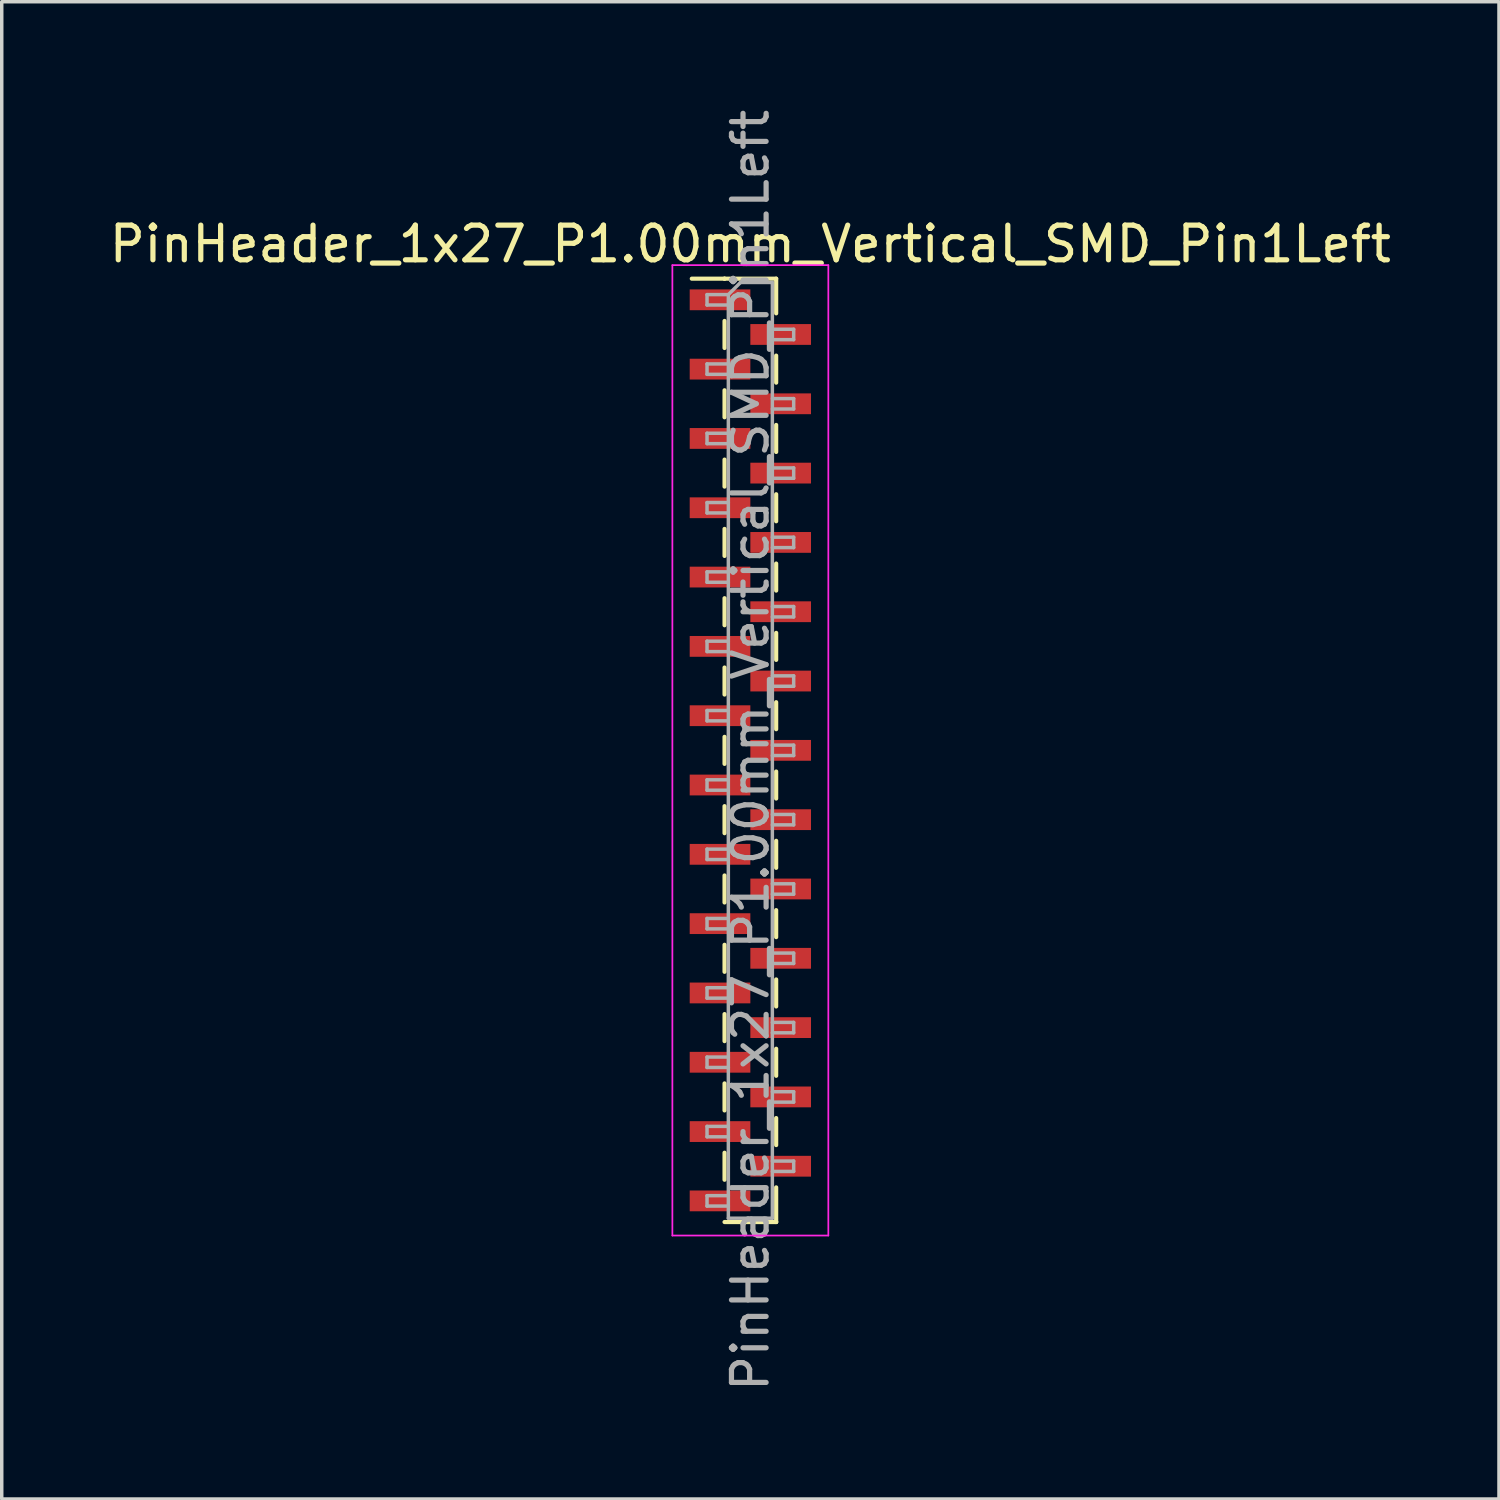
<source format=kicad_pcb>
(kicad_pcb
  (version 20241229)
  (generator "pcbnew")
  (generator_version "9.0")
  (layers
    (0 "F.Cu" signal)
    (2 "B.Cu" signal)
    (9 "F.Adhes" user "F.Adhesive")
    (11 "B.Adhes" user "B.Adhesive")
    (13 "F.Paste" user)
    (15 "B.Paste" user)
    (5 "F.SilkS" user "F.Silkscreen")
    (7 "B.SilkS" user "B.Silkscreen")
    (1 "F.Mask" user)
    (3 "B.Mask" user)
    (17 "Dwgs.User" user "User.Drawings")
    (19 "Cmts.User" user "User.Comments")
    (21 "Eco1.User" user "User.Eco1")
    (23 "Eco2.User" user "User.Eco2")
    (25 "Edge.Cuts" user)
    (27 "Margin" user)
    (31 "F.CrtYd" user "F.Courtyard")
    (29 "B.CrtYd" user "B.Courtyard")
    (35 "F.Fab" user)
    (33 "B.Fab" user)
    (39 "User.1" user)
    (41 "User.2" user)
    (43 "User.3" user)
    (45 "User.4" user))
  (footprint "PinHeader_1x27_P1.00mm_Vertical_SMD_Pin1Left"
    (layer "F.Cu")
    (at 18.601 18.601)
    (property "Reference" "PinHeader_1x27_P1.00mm_Vertical_SMD_Pin1Left" (at 0 -14.61 0) (layer "F.SilkS") (effects (font (size 1 1) (thickness 0.15))))
    (attr smd)
    (fp_line (start -0.745 -13.61) (end -1.69 -13.61) (stroke (width 0.12) (type solid)) (layer "F.SilkS"))
    (fp_line (start -0.745 -13.61) (end -0.745 -13.61) (stroke (width 0.12) (type solid)) (layer "F.SilkS"))
    (fp_line (start -0.745 -13.61) (end 0.745 -13.61) (stroke (width 0.12) (type solid)) (layer "F.SilkS"))
    (fp_line (start -0.745 -12.39) (end -0.745 -11.61) (stroke (width 0.12) (type solid)) (layer "F.SilkS"))
    (fp_line (start -0.745 -10.39) (end -0.745 -9.61) (stroke (width 0.12) (type solid)) (layer "F.SilkS"))
    (fp_line (start -0.745 -8.39) (end -0.745 -7.61) (stroke (width 0.12) (type solid)) (layer "F.SilkS"))
    (fp_line (start -0.745 -6.39) (end -0.745 -5.61) (stroke (width 0.12) (type solid)) (layer "F.SilkS"))
    (fp_line (start -0.745 -4.39) (end -0.745 -3.61) (stroke (width 0.12) (type solid)) (layer "F.SilkS"))
    (fp_line (start -0.745 -2.39) (end -0.745 -1.61) (stroke (width 0.12) (type solid)) (layer "F.SilkS"))
    (fp_line (start -0.745 -0.39) (end -0.745 0.39) (stroke (width 0.12) (type solid)) (layer "F.SilkS"))
    (fp_line (start -0.745 1.61) (end -0.745 2.39) (stroke (width 0.12) (type solid)) (layer "F.SilkS"))
    (fp_line (start -0.745 3.61) (end -0.745 4.39) (stroke (width 0.12) (type solid)) (layer "F.SilkS"))
    (fp_line (start -0.745 5.61) (end -0.745 6.39) (stroke (width 0.12) (type solid)) (layer "F.SilkS"))
    (fp_line (start -0.745 7.61) (end -0.745 8.39) (stroke (width 0.12) (type solid)) (layer "F.SilkS"))
    (fp_line (start -0.745 9.61) (end -0.745 10.39) (stroke (width 0.12) (type solid)) (layer "F.SilkS"))
    (fp_line (start -0.745 11.61) (end -0.745 12.39) (stroke (width 0.12) (type solid)) (layer "F.SilkS"))
    (fp_line (start -0.745 13.61) (end 0.745 13.61) (stroke (width 0.12) (type solid)) (layer "F.SilkS"))
    (fp_line (start 0.745 -13.61) (end 0.745 -12.61) (stroke (width 0.12) (type solid)) (layer "F.SilkS"))
    (fp_line (start 0.745 -11.39) (end 0.745 -10.61) (stroke (width 0.12) (type solid)) (layer "F.SilkS"))
    (fp_line (start 0.745 -9.39) (end 0.745 -8.61) (stroke (width 0.12) (type solid)) (layer "F.SilkS"))
    (fp_line (start 0.745 -7.39) (end 0.745 -6.61) (stroke (width 0.12) (type solid)) (layer "F.SilkS"))
    (fp_line (start 0.745 -5.39) (end 0.745 -4.61) (stroke (width 0.12) (type solid)) (layer "F.SilkS"))
    (fp_line (start 0.745 -3.39) (end 0.745 -2.61) (stroke (width 0.12) (type solid)) (layer "F.SilkS"))
    (fp_line (start 0.745 -1.39) (end 0.745 -0.61) (stroke (width 0.12) (type solid)) (layer "F.SilkS"))
    (fp_line (start 0.745 0.61) (end 0.745 1.39) (stroke (width 0.12) (type solid)) (layer "F.SilkS"))
    (fp_line (start 0.745 2.61) (end 0.745 3.39) (stroke (width 0.12) (type solid)) (layer "F.SilkS"))
    (fp_line (start 0.745 4.61) (end 0.745 5.39) (stroke (width 0.12) (type solid)) (layer "F.SilkS"))
    (fp_line (start 0.745 6.61) (end 0.745 7.39) (stroke (width 0.12) (type solid)) (layer "F.SilkS"))
    (fp_line (start 0.745 8.61) (end 0.745 9.39) (stroke (width 0.12) (type solid)) (layer "F.SilkS"))
    (fp_line (start 0.745 10.61) (end 0.745 11.39) (stroke (width 0.12) (type solid)) (layer "F.SilkS"))
    (fp_line (start 0.745 12.61) (end 0.745 13.61) (stroke (width 0.12) (type solid)) (layer "F.SilkS"))
    (fp_line (start 0.745 13.61) (end 0.745 13.61) (stroke (width 0.12) (type solid)) (layer "F.SilkS"))
    (fp_line (start -2.25 -14) (end -2.25 14) (stroke (width 0.05) (type solid)) (layer "F.CrtYd"))
    (fp_line (start -2.25 14) (end 2.25 14) (stroke (width 0.05) (type solid)) (layer "F.CrtYd"))
    (fp_line (start 2.25 -14) (end -2.25 -14) (stroke (width 0.05) (type solid)) (layer "F.CrtYd"))
    (fp_line (start 2.25 14) (end 2.25 -14) (stroke (width 0.05) (type solid)) (layer "F.CrtYd"))
    (fp_line (start -1.25 -13.15) (end -1.25 -12.85) (stroke (width 0.1) (type solid)) (layer "F.Fab"))
    (fp_line (start -1.25 -12.85) (end -0.635 -12.85) (stroke (width 0.1) (type solid)) (layer "F.Fab"))
    (fp_line (start -1.25 -11.15) (end -1.25 -10.85) (stroke (width 0.1) (type solid)) (layer "F.Fab"))
    (fp_line (start -1.25 -10.85) (end -0.635 -10.85) (stroke (width 0.1) (type solid)) (layer "F.Fab"))
    (fp_line (start -1.25 -9.15) (end -1.25 -8.85) (stroke (width 0.1) (type solid)) (layer "F.Fab"))
    (fp_line (start -1.25 -8.85) (end -0.635 -8.85) (stroke (width 0.1) (type solid)) (layer "F.Fab"))
    (fp_line (start -1.25 -7.15) (end -1.25 -6.85) (stroke (width 0.1) (type solid)) (layer "F.Fab"))
    (fp_line (start -1.25 -6.85) (end -0.635 -6.85) (stroke (width 0.1) (type solid)) (layer "F.Fab"))
    (fp_line (start -1.25 -5.15) (end -1.25 -4.85) (stroke (width 0.1) (type solid)) (layer "F.Fab"))
    (fp_line (start -1.25 -4.85) (end -0.635 -4.85) (stroke (width 0.1) (type solid)) (layer "F.Fab"))
    (fp_line (start -1.25 -3.15) (end -1.25 -2.85) (stroke (width 0.1) (type solid)) (layer "F.Fab"))
    (fp_line (start -1.25 -2.85) (end -0.635 -2.85) (stroke (width 0.1) (type solid)) (layer "F.Fab"))
    (fp_line (start -1.25 -1.15) (end -1.25 -0.85) (stroke (width 0.1) (type solid)) (layer "F.Fab"))
    (fp_line (start -1.25 -0.85) (end -0.635 -0.85) (stroke (width 0.1) (type solid)) (layer "F.Fab"))
    (fp_line (start -1.25 0.85) (end -1.25 1.15) (stroke (width 0.1) (type solid)) (layer "F.Fab"))
    (fp_line (start -1.25 1.15) (end -0.635 1.15) (stroke (width 0.1) (type solid)) (layer "F.Fab"))
    (fp_line (start -1.25 2.85) (end -1.25 3.15) (stroke (width 0.1) (type solid)) (layer "F.Fab"))
    (fp_line (start -1.25 3.15) (end -0.635 3.15) (stroke (width 0.1) (type solid)) (layer "F.Fab"))
    (fp_line (start -1.25 4.85) (end -1.25 5.15) (stroke (width 0.1) (type solid)) (layer "F.Fab"))
    (fp_line (start -1.25 5.15) (end -0.635 5.15) (stroke (width 0.1) (type solid)) (layer "F.Fab"))
    (fp_line (start -1.25 6.85) (end -1.25 7.15) (stroke (width 0.1) (type solid)) (layer "F.Fab"))
    (fp_line (start -1.25 7.15) (end -0.635 7.15) (stroke (width 0.1) (type solid)) (layer "F.Fab"))
    (fp_line (start -1.25 8.85) (end -1.25 9.15) (stroke (width 0.1) (type solid)) (layer "F.Fab"))
    (fp_line (start -1.25 9.15) (end -0.635 9.15) (stroke (width 0.1) (type solid)) (layer "F.Fab"))
    (fp_line (start -1.25 10.85) (end -1.25 11.15) (stroke (width 0.1) (type solid)) (layer "F.Fab"))
    (fp_line (start -1.25 11.15) (end -0.635 11.15) (stroke (width 0.1) (type solid)) (layer "F.Fab"))
    (fp_line (start -1.25 12.85) (end -1.25 13.15) (stroke (width 0.1) (type solid)) (layer "F.Fab"))
    (fp_line (start -1.25 13.15) (end -0.635 13.15) (stroke (width 0.1) (type solid)) (layer "F.Fab"))
    (fp_line (start -0.635 -13.15) (end -1.25 -13.15) (stroke (width 0.1) (type solid)) (layer "F.Fab"))
    (fp_line (start -0.635 -13.15) (end -0.285 -13.5) (stroke (width 0.1) (type solid)) (layer "F.Fab"))
    (fp_line (start -0.635 -11.15) (end -1.25 -11.15) (stroke (width 0.1) (type solid)) (layer "F.Fab"))
    (fp_line (start -0.635 -9.15) (end -1.25 -9.15) (stroke (width 0.1) (type solid)) (layer "F.Fab"))
    (fp_line (start -0.635 -7.15) (end -1.25 -7.15) (stroke (width 0.1) (type solid)) (layer "F.Fab"))
    (fp_line (start -0.635 -5.15) (end -1.25 -5.15) (stroke (width 0.1) (type solid)) (layer "F.Fab"))
    (fp_line (start -0.635 -3.15) (end -1.25 -3.15) (stroke (width 0.1) (type solid)) (layer "F.Fab"))
    (fp_line (start -0.635 -1.15) (end -1.25 -1.15) (stroke (width 0.1) (type solid)) (layer "F.Fab"))
    (fp_line (start -0.635 0.85) (end -1.25 0.85) (stroke (width 0.1) (type solid)) (layer "F.Fab"))
    (fp_line (start -0.635 2.85) (end -1.25 2.85) (stroke (width 0.1) (type solid)) (layer "F.Fab"))
    (fp_line (start -0.635 4.85) (end -1.25 4.85) (stroke (width 0.1) (type solid)) (layer "F.Fab"))
    (fp_line (start -0.635 6.85) (end -1.25 6.85) (stroke (width 0.1) (type solid)) (layer "F.Fab"))
    (fp_line (start -0.635 8.85) (end -1.25 8.85) (stroke (width 0.1) (type solid)) (layer "F.Fab"))
    (fp_line (start -0.635 10.85) (end -1.25 10.85) (stroke (width 0.1) (type solid)) (layer "F.Fab"))
    (fp_line (start -0.635 12.85) (end -1.25 12.85) (stroke (width 0.1) (type solid)) (layer "F.Fab"))
    (fp_line (start -0.635 13.5) (end -0.635 -13.15) (stroke (width 0.1) (type solid)) (layer "F.Fab"))
    (fp_line (start -0.285 -13.5) (end 0.635 -13.5) (stroke (width 0.1) (type solid)) (layer "F.Fab"))
    (fp_line (start 0.635 -13.5) (end 0.635 13.5) (stroke (width 0.1) (type solid)) (layer "F.Fab"))
    (fp_line (start 0.635 -12.15) (end 1.25 -12.15) (stroke (width 0.1) (type solid)) (layer "F.Fab"))
    (fp_line (start 0.635 -10.15) (end 1.25 -10.15) (stroke (width 0.1) (type solid)) (layer "F.Fab"))
    (fp_line (start 0.635 -8.15) (end 1.25 -8.15) (stroke (width 0.1) (type solid)) (layer "F.Fab"))
    (fp_line (start 0.635 -6.15) (end 1.25 -6.15) (stroke (width 0.1) (type solid)) (layer "F.Fab"))
    (fp_line (start 0.635 -4.15) (end 1.25 -4.15) (stroke (width 0.1) (type solid)) (layer "F.Fab"))
    (fp_line (start 0.635 -2.15) (end 1.25 -2.15) (stroke (width 0.1) (type solid)) (layer "F.Fab"))
    (fp_line (start 0.635 -0.15) (end 1.25 -0.15) (stroke (width 0.1) (type solid)) (layer "F.Fab"))
    (fp_line (start 0.635 1.85) (end 1.25 1.85) (stroke (width 0.1) (type solid)) (layer "F.Fab"))
    (fp_line (start 0.635 3.85) (end 1.25 3.85) (stroke (width 0.1) (type solid)) (layer "F.Fab"))
    (fp_line (start 0.635 5.85) (end 1.25 5.85) (stroke (width 0.1) (type solid)) (layer "F.Fab"))
    (fp_line (start 0.635 7.85) (end 1.25 7.85) (stroke (width 0.1) (type solid)) (layer "F.Fab"))
    (fp_line (start 0.635 9.85) (end 1.25 9.85) (stroke (width 0.1) (type solid)) (layer "F.Fab"))
    (fp_line (start 0.635 11.85) (end 1.25 11.85) (stroke (width 0.1) (type solid)) (layer "F.Fab"))
    (fp_line (start 0.635 13.5) (end -0.635 13.5) (stroke (width 0.1) (type solid)) (layer "F.Fab"))
    (fp_line (start 1.25 -12.15) (end 1.25 -11.85) (stroke (width 0.1) (type solid)) (layer "F.Fab"))
    (fp_line (start 1.25 -11.85) (end 0.635 -11.85) (stroke (width 0.1) (type solid)) (layer "F.Fab"))
    (fp_line (start 1.25 -10.15) (end 1.25 -9.85) (stroke (width 0.1) (type solid)) (layer "F.Fab"))
    (fp_line (start 1.25 -9.85) (end 0.635 -9.85) (stroke (width 0.1) (type solid)) (layer "F.Fab"))
    (fp_line (start 1.25 -8.15) (end 1.25 -7.85) (stroke (width 0.1) (type solid)) (layer "F.Fab"))
    (fp_line (start 1.25 -7.85) (end 0.635 -7.85) (stroke (width 0.1) (type solid)) (layer "F.Fab"))
    (fp_line (start 1.25 -6.15) (end 1.25 -5.85) (stroke (width 0.1) (type solid)) (layer "F.Fab"))
    (fp_line (start 1.25 -5.85) (end 0.635 -5.85) (stroke (width 0.1) (type solid)) (layer "F.Fab"))
    (fp_line (start 1.25 -4.15) (end 1.25 -3.85) (stroke (width 0.1) (type solid)) (layer "F.Fab"))
    (fp_line (start 1.25 -3.85) (end 0.635 -3.85) (stroke (width 0.1) (type solid)) (layer "F.Fab"))
    (fp_line (start 1.25 -2.15) (end 1.25 -1.85) (stroke (width 0.1) (type solid)) (layer "F.Fab"))
    (fp_line (start 1.25 -1.85) (end 0.635 -1.85) (stroke (width 0.1) (type solid)) (layer "F.Fab"))
    (fp_line (start 1.25 -0.15) (end 1.25 0.15) (stroke (width 0.1) (type solid)) (layer "F.Fab"))
    (fp_line (start 1.25 0.15) (end 0.635 0.15) (stroke (width 0.1) (type solid)) (layer "F.Fab"))
    (fp_line (start 1.25 1.85) (end 1.25 2.15) (stroke (width 0.1) (type solid)) (layer "F.Fab"))
    (fp_line (start 1.25 2.15) (end 0.635 2.15) (stroke (width 0.1) (type solid)) (layer "F.Fab"))
    (fp_line (start 1.25 3.85) (end 1.25 4.15) (stroke (width 0.1) (type solid)) (layer "F.Fab"))
    (fp_line (start 1.25 4.15) (end 0.635 4.15) (stroke (width 0.1) (type solid)) (layer "F.Fab"))
    (fp_line (start 1.25 5.85) (end 1.25 6.15) (stroke (width 0.1) (type solid)) (layer "F.Fab"))
    (fp_line (start 1.25 6.15) (end 0.635 6.15) (stroke (width 0.1) (type solid)) (layer "F.Fab"))
    (fp_line (start 1.25 7.85) (end 1.25 8.15) (stroke (width 0.1) (type solid)) (layer "F.Fab"))
    (fp_line (start 1.25 8.15) (end 0.635 8.15) (stroke (width 0.1) (type solid)) (layer "F.Fab"))
    (fp_line (start 1.25 9.85) (end 1.25 10.15) (stroke (width 0.1) (type solid)) (layer "F.Fab"))
    (fp_line (start 1.25 10.15) (end 0.635 10.15) (stroke (width 0.1) (type solid)) (layer "F.Fab"))
    (fp_line (start 1.25 11.85) (end 1.25 12.15) (stroke (width 0.1) (type solid)) (layer "F.Fab"))
    (fp_line (start 1.25 12.15) (end 0.635 12.15) (stroke (width 0.1) (type solid)) (layer "F.Fab"))
    (fp_text user "${REFERENCE}" (at 0 0 90) (layer "F.Fab") (effects (font (size 1 1) (thickness 0.15))))
    (pad "1" smd rect (at -0.875 -13) (size 1.75 0.6) (layers "F.Cu" "F.Mask" "F.Paste"))
    (pad "2" smd rect (at 0.875 -12) (size 1.75 0.6) (layers "F.Cu" "F.Mask" "F.Paste"))
    (pad "3" smd rect (at -0.875 -11) (size 1.75 0.6) (layers "F.Cu" "F.Mask" "F.Paste"))
    (pad "4" smd rect (at 0.875 -10) (size 1.75 0.6) (layers "F.Cu" "F.Mask" "F.Paste"))
    (pad "5" smd rect (at -0.875 -9) (size 1.75 0.6) (layers "F.Cu" "F.Mask" "F.Paste"))
    (pad "6" smd rect (at 0.875 -8) (size 1.75 0.6) (layers "F.Cu" "F.Mask" "F.Paste"))
    (pad "7" smd rect (at -0.875 -7) (size 1.75 0.6) (layers "F.Cu" "F.Mask" "F.Paste"))
    (pad "8" smd rect (at 0.875 -6) (size 1.75 0.6) (layers "F.Cu" "F.Mask" "F.Paste"))
    (pad "9" smd rect (at -0.875 -5) (size 1.75 0.6) (layers "F.Cu" "F.Mask" "F.Paste"))
    (pad "10" smd rect (at 0.875 -4) (size 1.75 0.6) (layers "F.Cu" "F.Mask" "F.Paste"))
    (pad "11" smd rect (at -0.875 -3) (size 1.75 0.6) (layers "F.Cu" "F.Mask" "F.Paste"))
    (pad "12" smd rect (at 0.875 -2) (size 1.75 0.6) (layers "F.Cu" "F.Mask" "F.Paste"))
    (pad "13" smd rect (at -0.875 -1) (size 1.75 0.6) (layers "F.Cu" "F.Mask" "F.Paste"))
    (pad "14" smd rect (at 0.875 0) (size 1.75 0.6) (layers "F.Cu" "F.Mask" "F.Paste"))
    (pad "15" smd rect (at -0.875 1) (size 1.75 0.6) (layers "F.Cu" "F.Mask" "F.Paste"))
    (pad "16" smd rect (at 0.875 2) (size 1.75 0.6) (layers "F.Cu" "F.Mask" "F.Paste"))
    (pad "17" smd rect (at -0.875 3) (size 1.75 0.6) (layers "F.Cu" "F.Mask" "F.Paste"))
    (pad "18" smd rect (at 0.875 4) (size 1.75 0.6) (layers "F.Cu" "F.Mask" "F.Paste"))
    (pad "19" smd rect (at -0.875 5) (size 1.75 0.6) (layers "F.Cu" "F.Mask" "F.Paste"))
    (pad "20" smd rect (at 0.875 6) (size 1.75 0.6) (layers "F.Cu" "F.Mask" "F.Paste"))
    (pad "21" smd rect (at -0.875 7) (size 1.75 0.6) (layers "F.Cu" "F.Mask" "F.Paste"))
    (pad "22" smd rect (at 0.875 8) (size 1.75 0.6) (layers "F.Cu" "F.Mask" "F.Paste"))
    (pad "23" smd rect (at -0.875 9) (size 1.75 0.6) (layers "F.Cu" "F.Mask" "F.Paste"))
    (pad "24" smd rect (at 0.875 10) (size 1.75 0.6) (layers "F.Cu" "F.Mask" "F.Paste"))
    (pad "25" smd rect (at -0.875 11) (size 1.75 0.6) (layers "F.Cu" "F.Mask" "F.Paste"))
    (pad "26" smd rect (at 0.875 12) (size 1.75 0.6) (layers "F.Cu" "F.Mask" "F.Paste"))
    (pad "27" smd rect (at -0.875 13) (size 1.75 0.6) (layers "F.Cu" "F.Mask" "F.Paste")))
  (gr_rect
    (start -3 -3)
    (end 40.202 40.202)
    (stroke (width 0.1) (type default))
    (fill no)
    (layer "Edge.Cuts")))
</source>
